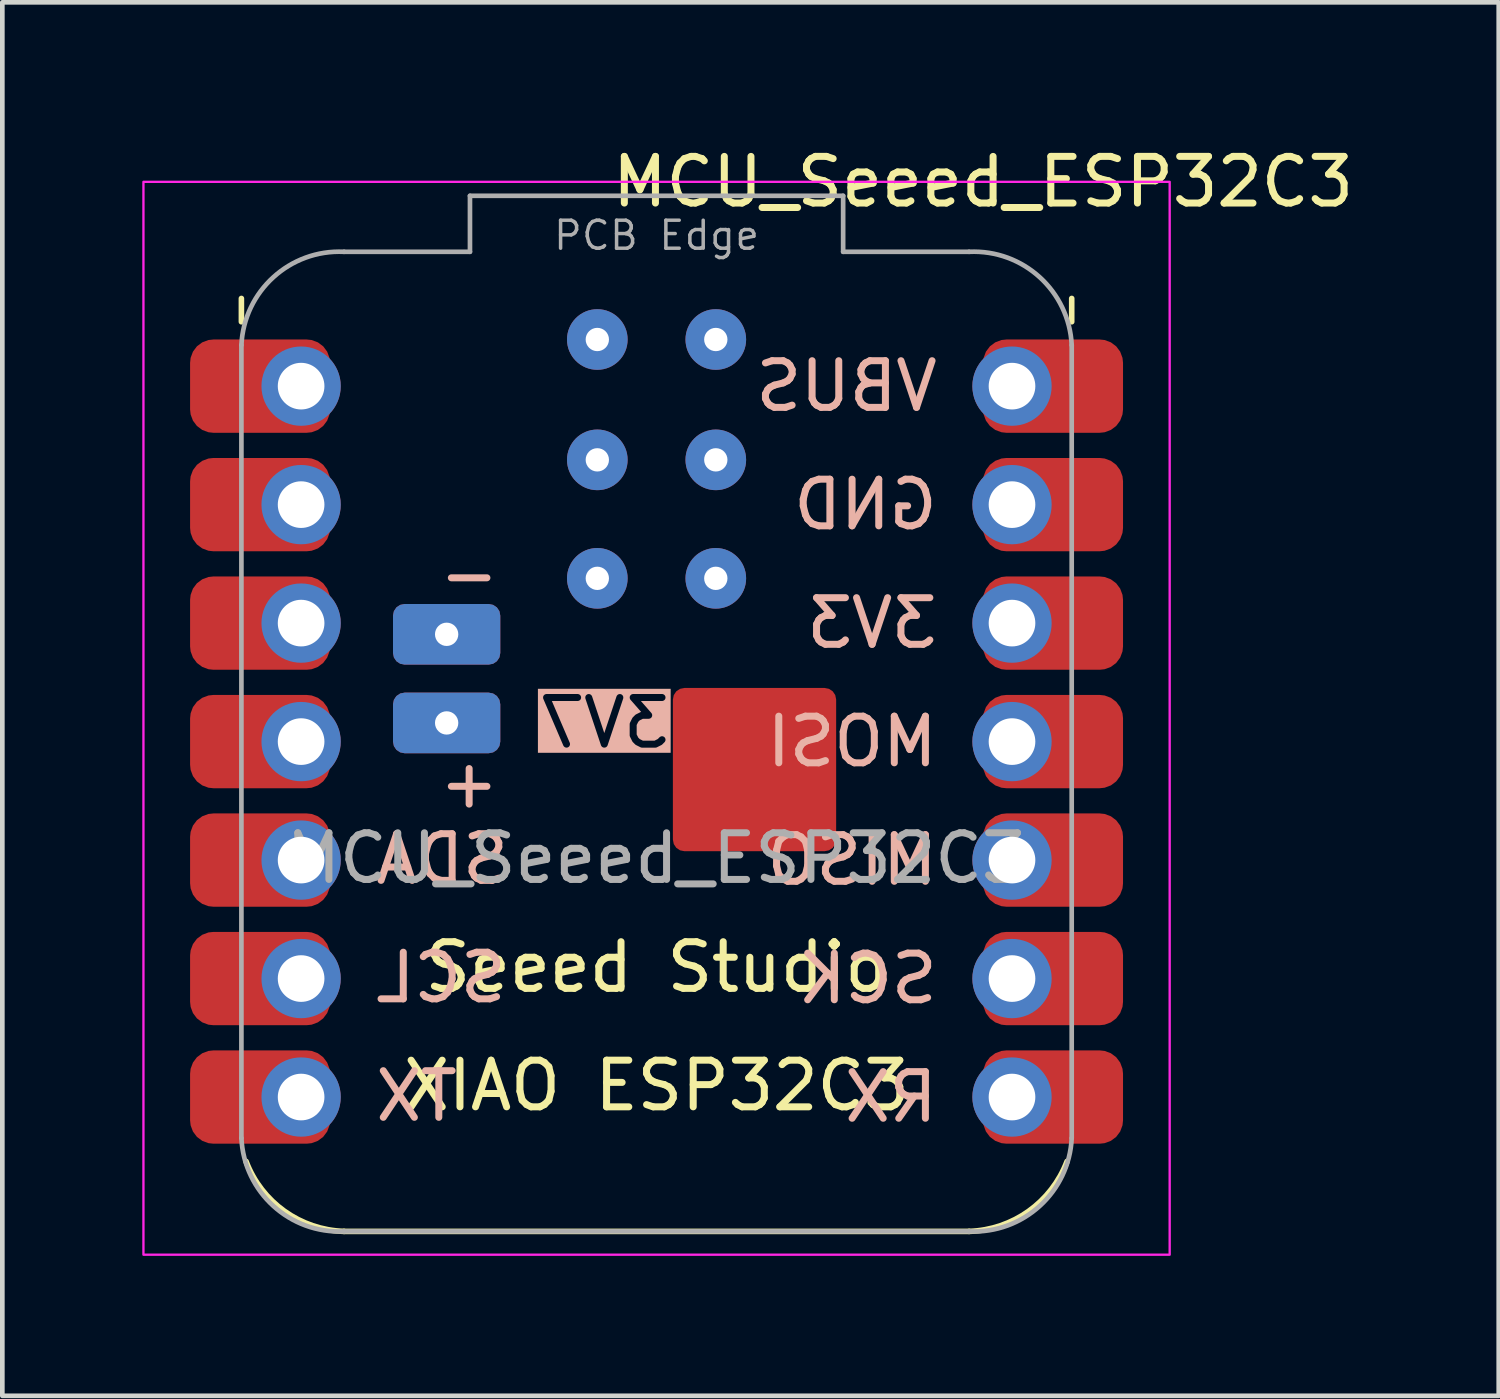
<source format=kicad_pcb>
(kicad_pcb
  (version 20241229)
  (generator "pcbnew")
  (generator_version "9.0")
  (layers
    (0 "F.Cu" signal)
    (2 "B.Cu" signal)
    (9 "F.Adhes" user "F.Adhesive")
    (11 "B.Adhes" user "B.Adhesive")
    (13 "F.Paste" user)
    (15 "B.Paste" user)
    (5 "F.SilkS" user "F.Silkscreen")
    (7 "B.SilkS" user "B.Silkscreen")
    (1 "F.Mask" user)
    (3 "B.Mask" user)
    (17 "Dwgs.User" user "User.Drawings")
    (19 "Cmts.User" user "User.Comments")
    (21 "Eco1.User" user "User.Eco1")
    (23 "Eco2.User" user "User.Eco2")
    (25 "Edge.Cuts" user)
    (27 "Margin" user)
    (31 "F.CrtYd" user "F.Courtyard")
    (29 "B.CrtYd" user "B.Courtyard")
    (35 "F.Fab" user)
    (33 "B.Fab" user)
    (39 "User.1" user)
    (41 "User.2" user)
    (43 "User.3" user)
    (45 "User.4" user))
  (footprint "MCU_Seeed_ESP32C3"
    (layer "F.Cu")
    (at 11.025 12.848)
    (property "Reference" "MCU_Seeed_ESP32C3" (at 7 -12 0) (unlocked yes) (layer "F.SilkS") (effects (font (size 1 1) (thickness 0.15))))
    (attr through_hole)
    (fp_line (start -8.9 -9.5) (end -8.9 -9) (stroke (width 0.12) (type default)) (layer "F.SilkS"))
    (fp_line (start -6.7 10.5) (end 6.7 10.5) (stroke (width 0.12) (type default)) (layer "F.SilkS"))
    (fp_line (start 8.9 -9.5) (end 8.9 -9) (stroke (width 0.12) (type default)) (layer "F.SilkS"))
    (fp_arc (start -6.7 10.5) (mid -7.977232 10.068125) (end -8.8 9) (stroke (width 0.12) (type default)) (layer "F.SilkS"))
    (fp_arc (start 8.8 9) (mid 7.977232 10.068125) (end 6.7 10.5) (stroke (width 0.12) (type default)) (layer "F.SilkS"))
    (fp_rect (start -11 -12) (end 11 11) (stroke (width 0.05) (type default)) (fill no) (layer "F.CrtYd"))
    (fp_line (start -8.9 8.5) (end -8.9 -8.5) (stroke (width 0.1) (type default)) (layer "F.Fab"))
    (fp_line (start -6.7 -10.5) (end -4 -10.5) (stroke (width 0.1) (type default)) (layer "F.Fab"))
    (fp_line (start -4 -11.7) (end 4 -11.7) (stroke (width 0.1) (type default)) (layer "F.Fab"))
    (fp_line (start -4 -10.5) (end -4 -11.7) (stroke (width 0.1) (type default)) (layer "F.Fab"))
    (fp_line (start 4 -11.7) (end 4 -10.5) (stroke (width 0.1) (type default)) (layer "F.Fab"))
    (fp_line (start 4 -10.5) (end 6.7 -10.5) (stroke (width 0.1) (type default)) (layer "F.Fab"))
    (fp_line (start 6.7 10.5) (end -6.7 10.5) (stroke (width 0.1) (type default)) (layer "F.Fab"))
    (fp_line (start 8.9 -8.5) (end 8.9 8.5) (stroke (width 0.1) (type default)) (layer "F.Fab"))
    (fp_arc (start -8.9 -8.5) (mid -8.214214 -9.955635) (end -6.7 -10.5) (stroke (width 0.1) (type default)) (layer "F.Fab"))
    (fp_arc (start -6.7 10.5) (mid -8.214214 9.955635) (end -8.9 8.5) (stroke (width 0.1) (type default)) (layer "F.Fab"))
    (fp_arc (start 6.7 -10.499999) (mid 8.214695 -9.954472) (end 8.9 -8.497676) (stroke (width 0.1) (type default)) (layer "F.Fab"))
    (fp_arc (start 8.9 8.5) (mid 8.214214 9.955635) (end 6.7 10.5) (stroke (width 0.1) (type default)) (layer "F.Fab"))
    (fp_text user "Seeed Studio" (at 0 5.42 0) (unlocked yes) (layer "F.SilkS") (effects (font (size 1 1) (thickness 0.15)) (justify bottom)))
    (fp_text user "XIAO ESP32C3" (at 0 7.96 0) (unlocked yes) (layer "F.SilkS") (effects (font (size 1 1) (thickness 0.15)) (justify bottom)))
    (fp_text user "+" (at -3.3 0.3 0) (unlocked yes) (layer "B.SilkS") (effects (font (size 1 1) (thickness 0.15)) (justify left top mirror)))
    (fp_text user "3V3" (at 6.1 -2.54 0) (unlocked yes) (layer "B.SilkS") (effects (font (size 1 1) (thickness 0.15)) (justify left mirror)))
    (fp_text user "SCL" (at -6.1 5.06 0) (unlocked yes) (layer "B.SilkS") (effects (font (size 1 1) (thickness 0.15)) (justify right mirror)))
    (fp_text user "3V7" (at -2.6 -0.4 0) (unlocked yes) (layer "B.SilkS" knockout) (effects (font (size 1 1) (thickness 0.15)) (justify right mirror)))
    (fp_text user "TX" (at -6.1 7.6 0) (unlocked yes) (layer "B.SilkS") (effects (font (size 1 1) (thickness 0.15)) (justify right mirror)))
    (fp_text user "SCK" (at 6.1 5.08 0) (unlocked yes) (layer "B.SilkS") (effects (font (size 1 1) (thickness 0.15)) (justify left mirror)))
    (fp_text user "MISO" (at 6.1 2.54 0) (unlocked yes) (layer "B.SilkS") (effects (font (size 1 1) (thickness 0.15)) (justify left mirror)))
    (fp_text user "-" (at -3.3 -3 0) (unlocked yes) (layer "B.SilkS") (effects (font (size 1 1) (thickness 0.15)) (justify left bottom mirror)))
    (fp_text user "VBUS" (at 6.1 -7.62 0) (unlocked yes) (layer "B.SilkS") (effects (font (size 1 1) (thickness 0.15)) (justify left mirror)))
    (fp_text user "SDA" (at -6.1 2.52 0) (unlocked yes) (layer "B.SilkS") (effects (font (size 1 1) (thickness 0.15)) (justify right mirror)))
    (fp_text user "GND" (at 6.1 -5.08 0) (unlocked yes) (layer "B.SilkS") (effects (font (size 1 1) (thickness 0.15)) (justify left mirror)))
    (fp_text user "RX" (at 6.1 7.62 0) (unlocked yes) (layer "B.SilkS") (effects (font (size 1 1) (thickness 0.15)) (justify left mirror)))
    (fp_text user "MOSI" (at 6.1 0 0) (unlocked yes) (layer "B.SilkS") (effects (font (size 1 1) (thickness 0.15)) (justify left mirror)))
    (fp_text user "PCB Edge" (at 0 -10.5 0) (unlocked yes) (layer "F.Fab") (effects (font (size 0.6 0.6) (thickness 0.075)) (justify bottom)))
    (fp_text user "${REFERENCE}" (at 0 2.5 0) (unlocked yes) (layer "F.Fab") (effects (font (size 1 1) (thickness 0.15))))
    (pad "" thru_hole circle (at -1.27 -8.62) (size 1.3 1.3) (drill 0.5) (layers "*.Cu" "*.Mask"))
    (pad "" thru_hole circle (at -1.27 -6.04) (size 1.3 1.3) (drill 0.5) (layers "*.Cu" "*.Mask"))
    (pad "" thru_hole circle (at -1.27 -3.5) (size 1.3 1.3) (drill 0.5) (layers "*.Cu" "*.Mask"))
    (pad "" smd roundrect (at 1.1 -0.4) (size 1.5 1.5) (property pad_prop_heatsink) (layers "F.Paste") (roundrect_rratio 0.167))
    (pad "" smd roundrect (at 1.1 1.6) (size 1.5 1.5) (property pad_prop_heatsink) (layers "F.Paste") (roundrect_rratio 0.167))
    (pad "" thru_hole circle (at 1.27 -8.62) (size 1.3 1.3) (drill 0.5) (layers "*.Cu" "*.Mask"))
    (pad "" thru_hole circle (at 1.27 -6.04) (size 1.3 1.3) (drill 0.5) (layers "*.Cu" "*.Mask"))
    (pad "" thru_hole circle (at 1.27 -3.5) (size 1.3 1.3) (drill 0.5) (layers "*.Cu" "*.Mask"))
    (pad "" smd roundrect (at 3.1 -0.4) (size 1.5 1.5) (property pad_prop_heatsink) (layers "F.Paste") (roundrect_rratio 0.167))
    (pad "" smd roundrect (at 3.1 1.6) (size 1.5 1.5) (property pad_prop_heatsink) (layers "F.Paste") (roundrect_rratio 0.167))
    (pad "1" smd roundrect (at -8.5 -7.62) (size 3 2) (layers "F.Cu" "F.Mask") (roundrect_rratio 0.25))
    (pad "1" thru_hole circle (at -7.62 -7.62) (size 1.7 1.7) (drill 1) (layers "*.Cu" "*.Mask"))
    (pad "2" smd roundrect (at -8.5 -5.08) (size 3 2) (layers "F.Cu" "F.Mask") (roundrect_rratio 0.25))
    (pad "2" thru_hole circle (at -7.62 -5.08) (size 1.7 1.7) (drill 1) (layers "*.Cu" "*.Mask"))
    (pad "3" smd roundrect (at -8.5 -2.54) (size 3 2) (layers "F.Cu" "F.Mask") (roundrect_rratio 0.25))
    (pad "3" thru_hole circle (at -7.62 -2.54) (size 1.7 1.7) (drill 1) (layers "*.Cu" "*.Mask"))
    (pad "4" smd roundrect (at -8.5 0) (size 3 2) (layers "F.Cu" "F.Mask") (roundrect_rratio 0.25))
    (pad "4" thru_hole circle (at -7.62 0) (size 1.7 1.7) (drill 1) (layers "*.Cu" "*.Mask"))
    (pad "5" smd roundrect (at -8.5 2.54) (size 3 2) (layers "F.Cu" "F.Mask") (roundrect_rratio 0.25))
    (pad "5" thru_hole circle (at -7.62 2.54) (size 1.7 1.7) (drill 1) (layers "*.Cu" "*.Mask"))
    (pad "6" smd roundrect (at -8.5 5.08) (size 3 2) (layers "F.Cu" "F.Mask") (roundrect_rratio 0.25))
    (pad "6" thru_hole circle (at -7.62 5.08) (size 1.7 1.7) (drill 1) (layers "*.Cu" "*.Mask"))
    (pad "7" smd roundrect (at -8.5 7.62) (size 3 2) (layers "F.Cu" "F.Mask") (roundrect_rratio 0.25))
    (pad "7" thru_hole circle (at -7.62 7.62) (size 1.7 1.7) (drill 1) (layers "*.Cu" "*.Mask"))
    (pad "8" thru_hole circle (at 7.62 7.62) (size 1.7 1.7) (drill 1) (layers "*.Cu" "*.Mask"))
    (pad "8" smd roundrect (at 8.5 7.62) (size 3 2) (layers "F.Cu" "F.Mask") (roundrect_rratio 0.25))
    (pad "9" thru_hole circle (at 7.62 5.08) (size 1.7 1.7) (drill 1) (layers "*.Cu" "*.Mask"))
    (pad "9" smd roundrect (at 8.5 5.08) (size 3 2) (layers "F.Cu" "F.Mask") (roundrect_rratio 0.25))
    (pad "10" thru_hole circle (at 7.62 2.54) (size 1.7 1.7) (drill 1) (layers "*.Cu" "*.Mask"))
    (pad "10" smd roundrect (at 8.5 2.54) (size 3 2) (layers "F.Cu" "F.Mask") (roundrect_rratio 0.25))
    (pad "11" thru_hole circle (at 7.62 0) (size 1.7 1.7) (drill 1) (layers "*.Cu" "*.Mask"))
    (pad "11" smd roundrect (at 8.5 0) (size 3 2) (layers "F.Cu" "F.Mask") (roundrect_rratio 0.25))
    (pad "12" thru_hole circle (at 7.62 -2.54) (size 1.7 1.7) (drill 1) (layers "*.Cu" "*.Mask"))
    (pad "12" smd roundrect (at 8.5 -2.54) (size 3 2) (layers "F.Cu" "F.Mask") (roundrect_rratio 0.25))
    (pad "13" thru_hole circle (at 7.62 -5.08) (size 1.7 1.7) (drill 1) (layers "*.Cu" "*.Mask"))
    (pad "13" smd roundrect (at 8.5 -5.08) (size 3 2) (layers "F.Cu" "F.Mask") (roundrect_rratio 0.25))
    (pad "14" thru_hole circle (at 7.62 -7.62) (size 1.7 1.7) (drill 1) (layers "*.Cu" "*.Mask"))
    (pad "14" smd roundrect (at 8.5 -7.62) (size 3 2) (layers "F.Cu" "F.Mask") (roundrect_rratio 0.25))
    (pad "15" smd roundrect (at 2.1 0.6) (size 3.5 3.5) (property pad_prop_heatsink) (layers "F.Cu" "F.Mask") (roundrect_rratio 0.071))
    (pad "16" thru_hole roundrect (at -4.5 -0.4) (size 2.3 1.3) (drill 0.5) (layers "*.Cu" "*.Mask") (roundrect_rratio 0.192))
    (pad "17" thru_hole roundrect (at -4.5 -2.3) (size 2.3 1.3) (drill 0.5) (layers "*.Cu" "*.Mask") (roundrect_rratio 0.192)))
  (gr_rect
    (start -3 -3)
    (end 29.079 26.873)
    (stroke (width 0.1) (type default))
    (fill no)
    (layer "Edge.Cuts")))
</source>
